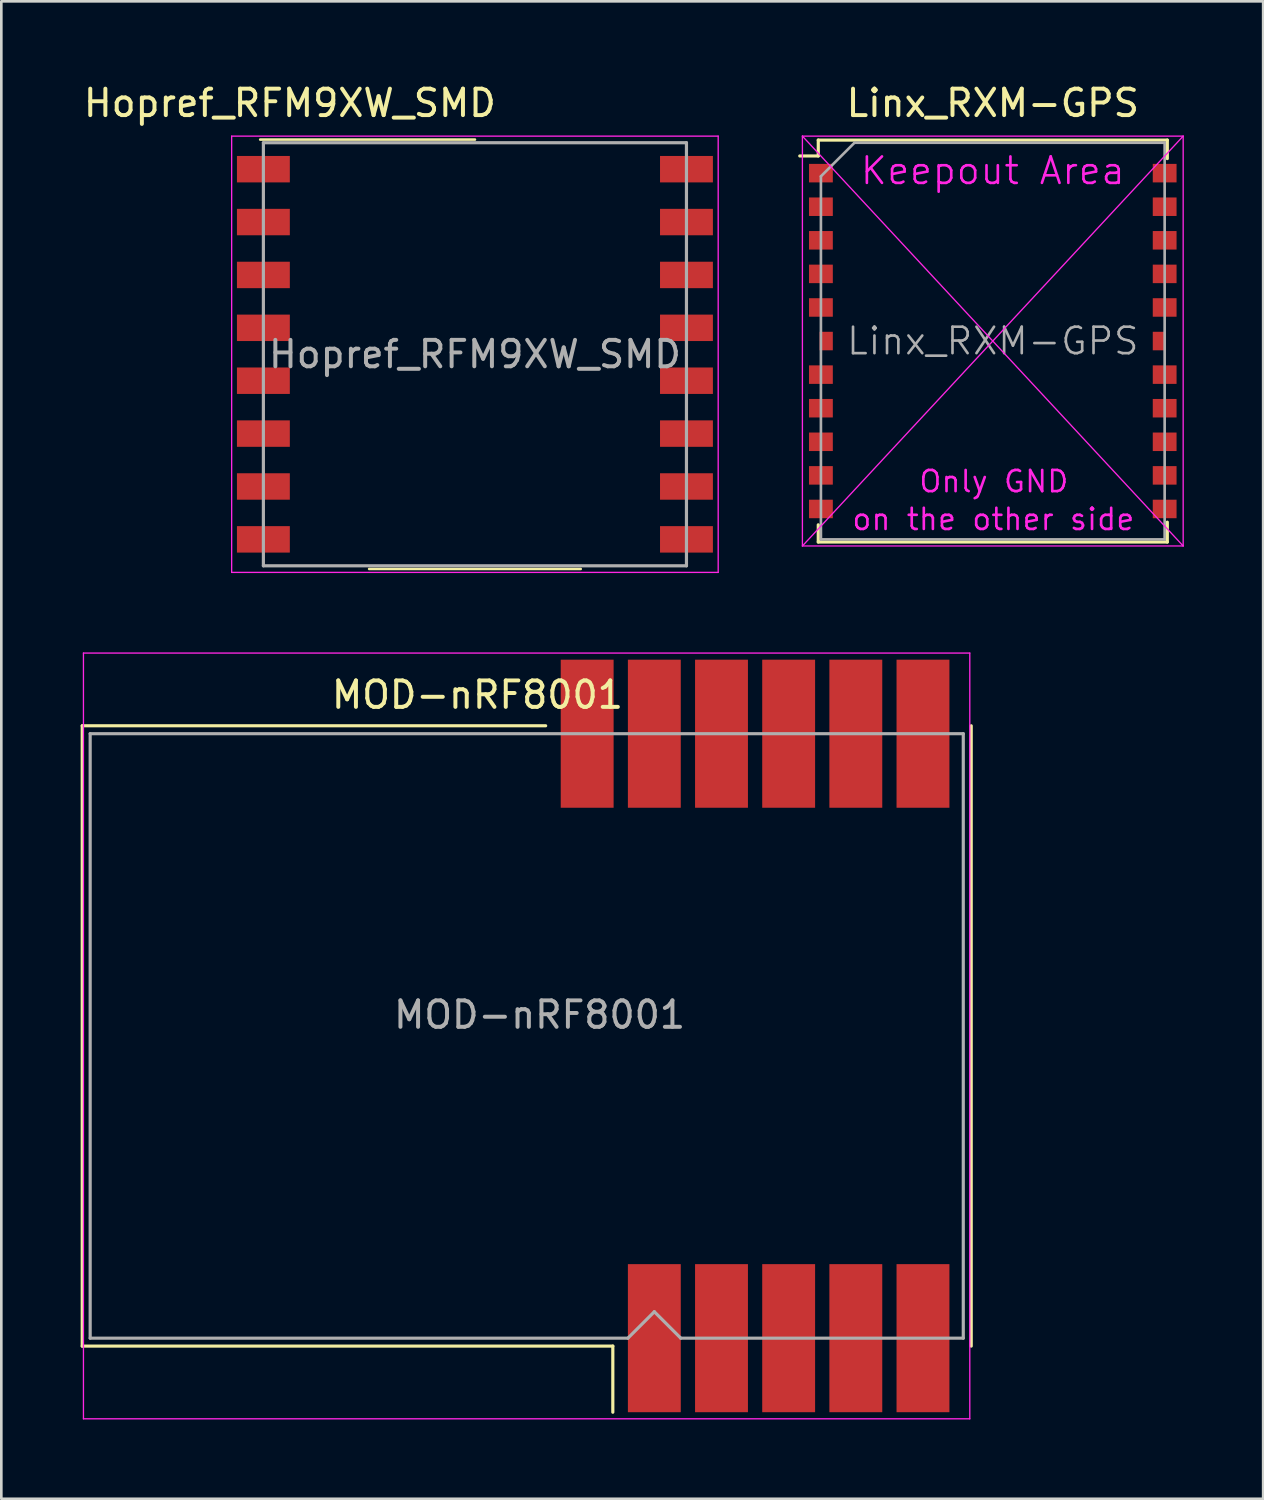
<source format=kicad_pcb>
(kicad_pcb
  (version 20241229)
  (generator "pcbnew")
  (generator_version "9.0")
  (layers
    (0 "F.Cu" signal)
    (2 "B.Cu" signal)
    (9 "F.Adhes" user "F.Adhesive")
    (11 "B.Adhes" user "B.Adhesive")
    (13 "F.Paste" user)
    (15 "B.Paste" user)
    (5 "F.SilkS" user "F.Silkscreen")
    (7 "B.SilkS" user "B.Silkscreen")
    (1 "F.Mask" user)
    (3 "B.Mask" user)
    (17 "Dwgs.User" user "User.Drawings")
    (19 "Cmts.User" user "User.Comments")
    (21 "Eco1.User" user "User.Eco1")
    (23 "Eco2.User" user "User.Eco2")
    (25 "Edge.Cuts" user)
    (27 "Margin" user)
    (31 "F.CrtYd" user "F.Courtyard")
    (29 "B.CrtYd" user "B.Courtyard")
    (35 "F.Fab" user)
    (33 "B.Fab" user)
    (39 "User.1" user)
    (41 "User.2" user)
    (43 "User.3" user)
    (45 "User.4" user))
  (footprint "Linx_RXM-GPS"
    (layer "F.Cu")
    (at 34.496 9.848)
    (property "Reference" "Linx_RXM-GPS" (at 0 -9 0) (layer "F.SilkS") (effects (font (size 1 1) (thickness 0.15))))
    (attr smd)
    (fp_line (start -6.6 -7.6) (end 6.6 -7.6) (stroke (width 0.12) (type solid)) (layer "F.SilkS"))
    (fp_line (start -6.6 -7) (end -7.3 -7) (stroke (width 0.12) (type solid)) (layer "F.SilkS"))
    (fp_line (start -6.6 -7) (end -6.6 -7.6) (stroke (width 0.12) (type solid)) (layer "F.SilkS"))
    (fp_line (start -6.6 6.95) (end -6.6 7.6) (stroke (width 0.12) (type solid)) (layer "F.SilkS"))
    (fp_line (start -6.6 7.6) (end 6.6 7.6) (stroke (width 0.12) (type solid)) (layer "F.SilkS"))
    (fp_line (start 6.6 -7.6) (end 6.6 -6.9) (stroke (width 0.12) (type solid)) (layer "F.SilkS"))
    (fp_line (start 6.6 7.6) (end 6.6 6.85) (stroke (width 0.12) (type solid)) (layer "F.SilkS"))
    (fp_line (start -7.2 -7.75) (end -7.2 7.75) (stroke (width 0.05) (type solid)) (layer "F.CrtYd"))
    (fp_line (start -7.2 -7.75) (end 7.2 -7.75) (stroke (width 0.05) (type solid)) (layer "F.CrtYd"))
    (fp_line (start -7.2 -7.75) (end 7.2 7.75) (stroke (width 0.05) (type solid)) (layer "F.CrtYd"))
    (fp_line (start -7.2 7.75) (end 7.2 -7.75) (stroke (width 0.05) (type solid)) (layer "F.CrtYd"))
    (fp_line (start -7.2 7.75) (end 7.2 7.75) (stroke (width 0.05) (type solid)) (layer "F.CrtYd"))
    (fp_line (start 7.2 7.75) (end 7.2 -7.75) (stroke (width 0.05) (type solid)) (layer "F.CrtYd"))
    (fp_line (start -6.5 -6.23) (end -6.5 7.5) (stroke (width 0.1) (type solid)) (layer "F.Fab"))
    (fp_line (start -6.5 7.5) (end 6.5 7.5) (stroke (width 0.1) (type solid)) (layer "F.Fab"))
    (fp_line (start -5.23 -7.5) (end -6.5 -6.23) (stroke (width 0.1) (type solid)) (layer "F.Fab"))
    (fp_line (start 6.5 -7.5) (end -5.23 -7.5) (stroke (width 0.1) (type solid)) (layer "F.Fab"))
    (fp_line (start 6.5 7.5) (end 6.5 -7.5) (stroke (width 0.1) (type solid)) (layer "F.Fab"))
    (fp_text user "Only GND" (at 0.04 5.31 0) (layer "F.CrtYd") (effects (font (size 0.8 0.8) (thickness 0.1))))
    (fp_text user "Keepout Area" (at 0 -6.44 0) (layer "F.CrtYd") (effects (font (size 1 1) (thickness 0.1))))
    (fp_text user "on the other side" (at 0.02 6.74 0) (layer "F.CrtYd") (effects (font (size 0.8 0.8) (thickness 0.1))))
    (fp_text user "${REFERENCE}" (at 0 0 0) (layer "F.Fab") (effects (font (size 1 1) (thickness 0.1))))
    (pad "1" smd rect (at -6.5 -6.35 90) (size 0.7 0.9) (layers "F.Cu" "F.Mask" "F.Paste"))
    (pad "2" smd rect (at -6.5 -5.08 90) (size 0.7 0.9) (layers "F.Cu" "F.Mask" "F.Paste"))
    (pad "3" smd rect (at -6.5 -3.81 90) (size 0.7 0.9) (layers "F.Cu" "F.Mask" "F.Paste"))
    (pad "4" smd rect (at -6.5 -2.54 90) (size 0.7 0.9) (layers "F.Cu" "F.Mask" "F.Paste"))
    (pad "5" smd rect (at -6.5 -1.27 90) (size 0.7 0.9) (layers "F.Cu" "F.Mask" "F.Paste"))
    (pad "6" smd rect (at -6.5 1.27 90) (size 0.7 0.9) (layers "F.Cu" "F.Mask" "F.Paste"))
    (pad "7" smd rect (at -6.5 2.54 90) (size 0.7 0.9) (layers "F.Cu" "F.Mask" "F.Paste"))
    (pad "8" smd rect (at -6.5 3.81 90) (size 0.7 0.9) (layers "F.Cu" "F.Mask" "F.Paste"))
    (pad "9" smd rect (at -6.5 5.08 90) (size 0.7 0.9) (layers "F.Cu" "F.Mask" "F.Paste"))
    (pad "10" smd rect (at -6.5 6.35 90) (size 0.7 0.9) (layers "F.Cu" "F.Mask" "F.Paste"))
    (pad "11" smd rect (at 6.5 6.35 90) (size 0.7 0.9) (layers "F.Cu" "F.Mask" "F.Paste"))
    (pad "12" smd rect (at 6.5 5.08 90) (size 0.7 0.9) (layers "F.Cu" "F.Mask" "F.Paste"))
    (pad "13" smd rect (at 6.5 3.81 90) (size 0.7 0.9) (layers "F.Cu" "F.Mask" "F.Paste"))
    (pad "14" smd rect (at 6.5 2.54 90) (size 0.7 0.9) (layers "F.Cu" "F.Mask" "F.Paste"))
    (pad "15" smd rect (at 6.5 1.27 90) (size 0.7 0.9) (layers "F.Cu" "F.Mask" "F.Paste"))
    (pad "16" smd rect (at 6.5 -1.27 90) (size 0.7 0.9) (layers "F.Cu" "F.Mask" "F.Paste"))
    (pad "17" smd rect (at 6.5 -2.54 90) (size 0.7 0.9) (layers "F.Cu" "F.Mask" "F.Paste"))
    (pad "18" smd rect (at 6.5 -3.81 90) (size 0.7 0.9) (layers "F.Cu" "F.Mask" "F.Paste"))
    (pad "19" smd rect (at 6.5 -5.08 90) (size 0.7 0.9) (layers "F.Cu" "F.Mask" "F.Paste"))
    (pad "20" smd rect (at 6.5 -6.35 90) (size 0.7 0.9) (layers "F.Cu" "F.Mask" "F.Paste"))
    (pad "21" smd rect (at -6.3 0 90) (size 0.7 0.5) (layers "F.Cu" "F.Mask" "F.Paste"))
    (pad "22" smd rect (at 6.3 0 90) (size 0.7 0.5) (layers "F.Cu" "F.Mask" "F.Paste")))
  (footprint "MOD-nRF8001"
    (layer "F.Cu")
    (at 25.506 36.128)
    (property "Reference" "MOD-nRF8001" (at -10.5 -12.9 0) (layer "F.SilkS") (effects (font (size 1 1) (thickness 0.15))))
    (attr smd)
    (fp_line (start -25.446 -11.73) (end -7.92 -11.73) (stroke (width 0.12) (type solid)) (layer "F.SilkS"))
    (fp_line (start -25.446 11.73) (end -25.446 -11.73) (stroke (width 0.12) (type solid)) (layer "F.SilkS"))
    (fp_line (start -5.38 11.73) (end -25.446 11.73) (stroke (width 0.12) (type solid)) (layer "F.SilkS"))
    (fp_line (start -5.38 11.73) (end -5.38 14.23) (stroke (width 0.12) (type solid)) (layer "F.SilkS"))
    (fp_line (start 8.174 -11.73) (end 8.174 11.73) (stroke (width 0.12) (type solid)) (layer "F.SilkS"))
    (fp_line (start -25.4 -14.48) (end 8.12 -14.48) (stroke (width 0.05) (type solid)) (layer "F.CrtYd"))
    (fp_line (start -25.4 14.48) (end -25.4 -14.48) (stroke (width 0.05) (type solid)) (layer "F.CrtYd"))
    (fp_line (start 8.12 -14.48) (end 8.12 14.48) (stroke (width 0.05) (type solid)) (layer "F.CrtYd"))
    (fp_line (start 8.12 14.48) (end -25.4 14.48) (stroke (width 0.05) (type solid)) (layer "F.CrtYd"))
    (fp_line (start -25.146 -11.43) (end 7.874 -11.43) (stroke (width 0.12) (type solid)) (layer "F.Fab"))
    (fp_line (start -25.146 11.43) (end -25.146 -11.43) (stroke (width 0.12) (type solid)) (layer "F.Fab"))
    (fp_line (start -4.81 11.43) (end -25.146 11.43) (stroke (width 0.12) (type solid)) (layer "F.Fab"))
    (fp_line (start -3.81 10.43) (end -4.81 11.43) (stroke (width 0.12) (type solid)) (layer "F.Fab"))
    (fp_line (start -2.81 11.43) (end -3.81 10.43) (stroke (width 0.12) (type solid)) (layer "F.Fab"))
    (fp_line (start 7.874 -11.43) (end 7.874 11.43) (stroke (width 0.12) (type solid)) (layer "F.Fab"))
    (fp_line (start 7.874 11.43) (end -2.81 11.43) (stroke (width 0.12) (type solid)) (layer "F.Fab"))
    (fp_text user "${REFERENCE}" (at -8.15 -0.8 0) (layer "F.Fab") (effects (font (size 1 1) (thickness 0.15))))
    (pad "1" smd rect (at -3.81 11.43) (size 2 5.6) (layers "F.Cu" "F.Mask" "F.Paste"))
    (pad "2" smd rect (at -1.27 11.43) (size 2 5.6) (layers "F.Cu" "F.Mask" "F.Paste"))
    (pad "3" smd rect (at 1.27 11.43) (size 2 5.6) (layers "F.Cu" "F.Mask" "F.Paste"))
    (pad "4" smd rect (at 3.81 11.43) (size 2 5.6) (layers "F.Cu" "F.Mask" "F.Paste"))
    (pad "5" smd rect (at 6.35 11.43) (size 2 5.6) (layers "F.Cu" "F.Mask" "F.Paste"))
    (pad "6" smd rect (at 6.35 -11.43) (size 2 5.6) (layers "F.Cu" "F.Mask" "F.Paste"))
    (pad "7" smd rect (at 3.81 -11.43) (size 2 5.6) (layers "F.Cu" "F.Mask" "F.Paste"))
    (pad "8" smd rect (at 1.27 -11.43) (size 2 5.6) (layers "F.Cu" "F.Mask" "F.Paste"))
    (pad "9" smd rect (at -1.27 -11.43) (size 2 5.6) (layers "F.Cu" "F.Mask" "F.Paste"))
    (pad "10" smd rect (at -3.81 -11.43) (size 2 5.6) (layers "F.Cu" "F.Mask" "F.Paste"))
    (pad "11" smd rect (at -6.35 -11.43) (size 2 5.6) (layers "F.Cu" "F.Mask" "F.Paste")))
  (footprint "Hopref_RFM9XW_SMD"
    (layer "F.Cu")
    (at 14.911 10.348)
    (property "Reference" "Hopref_RFM9XW_SMD" (at -7 -9.5 0) (layer "F.SilkS") (effects (font (size 1 1) (thickness 0.15))))
    (attr through_hole)
    (fp_line (start -8.12 -8.12) (end 0 -8.12) (stroke (width 0.1) (type solid)) (layer "F.SilkS"))
    (fp_line (start -4 8.12) (end 4 8.12) (stroke (width 0.1) (type solid)) (layer "F.SilkS"))
    (fp_line (start -9.2 -8.25) (end 9.2 -8.25) (stroke (width 0.05) (type solid)) (layer "F.CrtYd"))
    (fp_line (start -9.2 8.25) (end -9.2 -8.25) (stroke (width 0.05) (type solid)) (layer "F.CrtYd"))
    (fp_line (start -9.2 8.25) (end 9.2 8.25) (stroke (width 0.05) (type solid)) (layer "F.CrtYd"))
    (fp_line (start 9.2 -8.25) (end 9.2 8.25) (stroke (width 0.05) (type solid)) (layer "F.CrtYd"))
    (fp_line (start -8 -8) (end 8 -8) (stroke (width 0.12) (type solid)) (layer "F.Fab"))
    (fp_line (start -8 8) (end -8 -8) (stroke (width 0.12) (type solid)) (layer "F.Fab"))
    (fp_line (start -8 8) (end 8 8) (stroke (width 0.12) (type solid)) (layer "F.Fab"))
    (fp_line (start 8 8) (end 8 -8) (stroke (width 0.12) (type solid)) (layer "F.Fab"))
    (fp_text user "${REFERENCE}" (at 0 0 0) (layer "F.Fab") (effects (font (size 1 1) (thickness 0.15))))
    (pad "1" smd rect (at -8 -7) (size 2 1) (layers "F.Cu" "F.Mask" "F.Paste"))
    (pad "2" smd rect (at -8 -5) (size 2 1) (layers "F.Cu" "F.Mask" "F.Paste"))
    (pad "3" smd rect (at -8 -3) (size 2 1) (layers "F.Cu" "F.Mask" "F.Paste"))
    (pad "4" smd rect (at -8 -1) (size 2 1) (layers "F.Cu" "F.Mask" "F.Paste"))
    (pad "5" smd rect (at -8 1) (size 2 1) (layers "F.Cu" "F.Mask" "F.Paste"))
    (pad "6" smd rect (at -8 3) (size 2 1) (layers "F.Cu" "F.Mask" "F.Paste"))
    (pad "7" smd rect (at -8 5) (size 2 1) (layers "F.Cu" "F.Mask" "F.Paste"))
    (pad "8" smd rect (at -8 7) (size 2 1) (layers "F.Cu" "F.Mask" "F.Paste"))
    (pad "9" smd rect (at 8 7) (size 2 1) (layers "F.Cu" "F.Mask" "F.Paste"))
    (pad "10" smd rect (at 8 5) (size 2 1) (layers "F.Cu" "F.Mask" "F.Paste"))
    (pad "11" smd rect (at 8 3) (size 2 1) (layers "F.Cu" "F.Mask" "F.Paste"))
    (pad "12" smd rect (at 8 1) (size 2 1) (layers "F.Cu" "F.Mask" "F.Paste"))
    (pad "13" smd rect (at 8 -1) (size 2 1) (layers "F.Cu" "F.Mask" "F.Paste"))
    (pad "14" smd rect (at 8 -3) (size 2 1) (layers "F.Cu" "F.Mask" "F.Paste"))
    (pad "15" smd rect (at 8 -5) (size 2 1) (layers "F.Cu" "F.Mask" "F.Paste"))
    (pad "16" smd rect (at 8 -7) (size 2 1) (layers "F.Cu" "F.Mask" "F.Paste")))
  (gr_rect
    (start -3 -3)
    (end 44.721 53.633)
    (stroke (width 0.1) (type default))
    (fill no)
    (layer "Edge.Cuts")))
</source>
